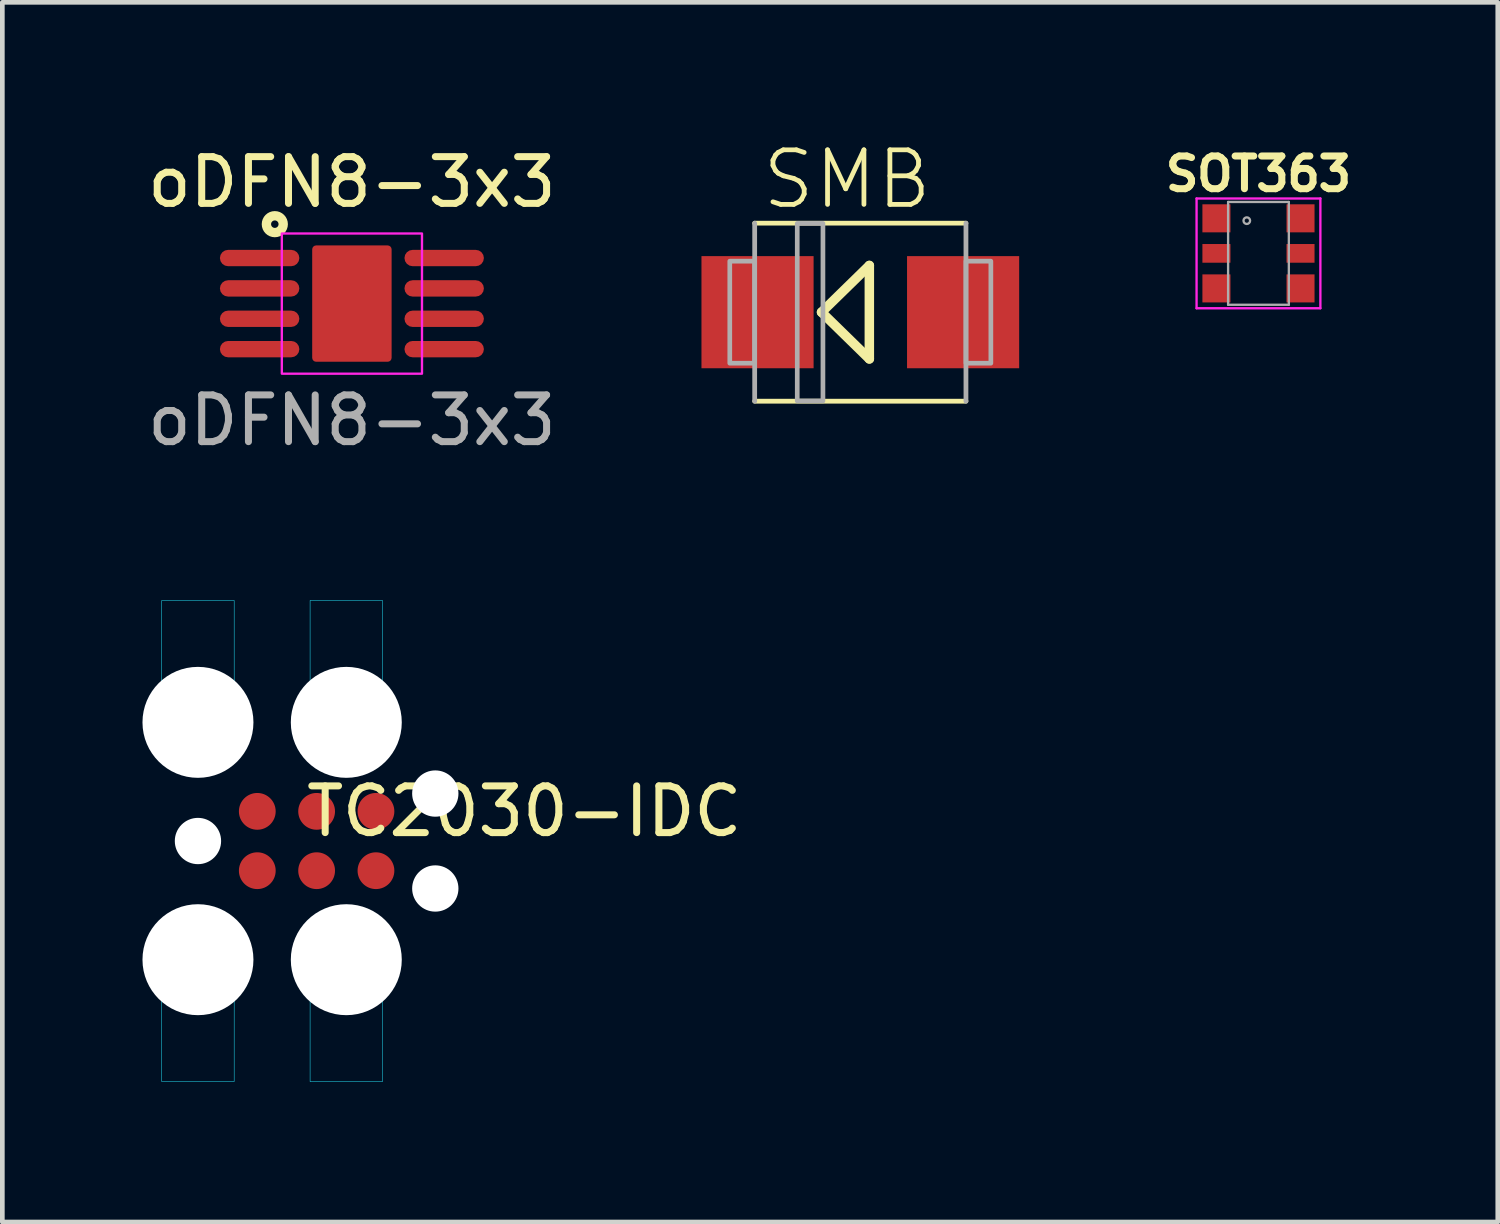
<source format=kicad_pcb>
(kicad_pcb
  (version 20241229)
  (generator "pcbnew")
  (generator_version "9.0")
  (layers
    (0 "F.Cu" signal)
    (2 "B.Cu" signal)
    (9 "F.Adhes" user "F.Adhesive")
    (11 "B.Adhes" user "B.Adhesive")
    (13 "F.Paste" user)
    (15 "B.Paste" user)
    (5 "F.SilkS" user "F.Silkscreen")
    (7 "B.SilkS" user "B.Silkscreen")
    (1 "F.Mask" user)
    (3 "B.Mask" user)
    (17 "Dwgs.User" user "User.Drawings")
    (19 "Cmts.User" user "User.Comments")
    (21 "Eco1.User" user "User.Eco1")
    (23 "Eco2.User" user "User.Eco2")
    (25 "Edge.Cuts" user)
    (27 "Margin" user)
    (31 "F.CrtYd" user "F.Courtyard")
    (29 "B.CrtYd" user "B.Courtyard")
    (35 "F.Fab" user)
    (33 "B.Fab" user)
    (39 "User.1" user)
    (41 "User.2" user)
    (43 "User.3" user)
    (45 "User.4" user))
  (footprint "oDFN8-3x3"
    (layer "F.Cu")
    (at 4.482 3.448)
    (property "Reference" "oDFN8-3x3" (at 0 -2.6 0) (unlocked yes) (layer "F.SilkS") (effects (font (size 1 1) (thickness 0.15))))
    (attr smd)
    (fp_circle (center -1.65 -1.7) (end -1.57 -1.7) (stroke (width 0.2) (type solid)) (fill no) (layer "F.SilkS"))
    (fp_rect (start -1.5 -1.5) (end 1.5 1.5) (stroke (width 0.05) (type solid)) (fill no) (layer "F.CrtYd"))
    (fp_text user "${REFERENCE}" (at 0 2.5 0) (unlocked yes) (layer "F.Fab") (effects (font (size 1 1) (thickness 0.15))))
    (pad "1" smd roundrect (at -1.975 -0.975) (size 1.7 0.35) (layers "F.Cu" "F.Mask" "F.Paste") (roundrect_rratio 0.5))
    (pad "2" smd roundrect (at -1.975 -0.325) (size 1.7 0.35) (layers "F.Cu" "F.Mask" "F.Paste") (roundrect_rratio 0.5))
    (pad "3" smd roundrect (at -1.975 0.325) (size 1.7 0.35) (layers "F.Cu" "F.Mask" "F.Paste") (roundrect_rratio 0.5))
    (pad "4" smd roundrect (at -1.975 0.975) (size 1.7 0.35) (layers "F.Cu" "F.Mask" "F.Paste") (roundrect_rratio 0.5))
    (pad "5" smd roundrect (at 1.975 0.975) (size 1.7 0.35) (layers "F.Cu" "F.Mask" "F.Paste") (roundrect_rratio 0.5))
    (pad "6" smd roundrect (at 1.975 0.325) (size 1.7 0.35) (layers "F.Cu" "F.Mask" "F.Paste") (roundrect_rratio 0.5))
    (pad "7" smd roundrect (at 1.975 -0.325) (size 1.7 0.35) (layers "F.Cu" "F.Mask" "F.Paste") (roundrect_rratio 0.5))
    (pad "8" smd roundrect (at 1.975 -0.975) (size 1.7 0.35) (layers "F.Cu" "F.Mask" "F.Paste") (roundrect_rratio 0.5))
    (pad "9" smd roundrect (at 0 0) (size 1.7 2.49) (layers "F.Cu" "F.Mask" "F.Paste") (roundrect_rratio 0.05)))
  (footprint "SOT363"
    (layer "F.Cu")
    (at 23.886 2.373)
    (property "Reference" "SOT363" (at 0 -1.7 180) (layer "F.SilkS") (effects (font (size 0.7 0.7) (thickness 0.15))))
    (attr smd)
    (fp_line (start -1.325 -1.175) (end -1.325 1.175) (stroke (width 0.05) (type solid)) (layer "F.CrtYd"))
    (fp_line (start -1.325 -1.175) (end 1.325 -1.175) (stroke (width 0.05) (type solid)) (layer "F.CrtYd"))
    (fp_line (start -1.325 1.175) (end 1.325 1.175) (stroke (width 0.05) (type solid)) (layer "F.CrtYd"))
    (fp_line (start 1.325 -1.175) (end 1.325 1.175) (stroke (width 0.05) (type solid)) (layer "F.CrtYd"))
    (fp_line (start -0.65 -1.1) (end 0.65 -1.1) (stroke (width 0.05) (type solid)) (layer "F.Fab"))
    (fp_line (start -0.65 1.1) (end -0.65 -1.1) (stroke (width 0.05) (type solid)) (layer "F.Fab"))
    (fp_line (start 0.65 -1.1) (end 0.65 1.1) (stroke (width 0.05) (type solid)) (layer "F.Fab"))
    (fp_line (start 0.65 1.1) (end -0.65 1.1) (stroke (width 0.05) (type solid)) (layer "F.Fab"))
    (fp_circle (center -0.25 -0.7) (end -0.2 -0.65) (stroke (width 0.05) (type solid)) (fill no) (layer "F.Fab"))
    (pad "1" smd rect (at -0.9 -0.75) (size 0.6 0.6) (layers "F.Cu" "F.Mask" "F.Paste"))
    (pad "2" smd rect (at -0.9 0) (size 0.6 0.4) (layers "F.Cu" "F.Mask" "F.Paste"))
    (pad "3" smd rect (at -0.9 0.75) (size 0.6 0.6) (layers "F.Cu" "F.Mask" "F.Paste"))
    (pad "4" smd rect (at 0.9 0.75) (size 0.6 0.6) (layers "F.Cu" "F.Mask" "F.Paste"))
    (pad "5" smd rect (at 0.9 0) (size 0.6 0.4) (layers "F.Cu" "F.Mask" "F.Paste"))
    (pad "6" smd rect (at 0.9 -0.75) (size 0.6 0.6) (layers "F.Cu" "F.Mask" "F.Paste")))
  (footprint "SMB"
    (layer "F.Cu")
    (at 15.364 3.632)
    (property "Reference" "SMB" (at -2.159 -2.159 0) (layer "F.SilkS") (effects (font (size 1.168 1.168) (thickness 0.102)) (justify left bottom)))
    (fp_line (start -2.261 -1.905) (end 2.261 -1.905) (stroke (width 0.102) (type solid)) (layer "F.SilkS"))
    (fp_line (start -2.261 1.905) (end 2.261 1.905) (stroke (width 0.102) (type solid)) (layer "F.SilkS"))
    (fp_line (start -0.83 0) (end 0.193 1) (stroke (width 0.203) (type solid)) (layer "F.SilkS"))
    (fp_line (start 0.193 -1) (end -0.83 0) (stroke (width 0.203) (type solid)) (layer "F.SilkS"))
    (fp_line (start 0.193 1) (end 0.193 -1) (stroke (width 0.203) (type solid)) (layer "F.SilkS"))
    (fp_line (start -2.261 1.905) (end -2.261 -1.905) (stroke (width 0.102) (type solid)) (layer "F.Fab"))
    (fp_line (start 2.261 1.905) (end 2.261 -1.905) (stroke (width 0.102) (type solid)) (layer "F.Fab"))
    (fp_poly (pts (xy -2.794 1.092) (xy -2.261 1.092) (xy -2.261 -1.092) (xy -2.794 -1.092)) (stroke (width 0.1) (type solid)) (fill no) (layer "F.Fab"))
    (fp_poly (pts (xy -1.35 1.9) (xy -0.8 1.9) (xy -0.8 -1.9) (xy -1.35 -1.9)) (stroke (width 0.1) (type solid)) (fill no) (layer "F.Fab"))
    (fp_poly (pts (xy 2.261 1.092) (xy 2.794 1.092) (xy 2.794 -1.092) (xy 2.261 -1.092)) (stroke (width 0.1) (type solid)) (fill no) (layer "F.Fab"))
    (pad "A" smd rect (at 2.2 0) (size 2.4 2.4) (layers "F.Cu" "F.Mask" "F.Paste"))
    (pad "C" smd rect (at -2.2 0) (size 2.4 2.4) (layers "F.Cu" "F.Mask" "F.Paste")))
  (footprint "TC2030-IDC"
    (layer "F.Cu")
    (at 3.727 14.951)
    (property "Reference" "TC2030-IDC" (at 4.445 -0.635 180) (layer "F.SilkS") (effects (font (size 1 1) (thickness 0.15))))
    (attr through_hole)
    (fp_poly (pts (xy -3.315 -5.15) (xy -1.765 -5.15) (xy -1.765 -2.54) (xy -3.315 -2.54)) (stroke (width 0.01) (type solid)) (fill no) (layer "B.CrtYd"))
    (fp_poly (pts (xy -3.315 2.54) (xy -1.765 2.54) (xy -1.765 5.15) (xy -3.315 5.15)) (stroke (width 0.01) (type solid)) (fill no) (layer "B.CrtYd"))
    (fp_poly (pts (xy -0.14 -5.15) (xy 1.41 -5.15) (xy 1.41 -2.54) (xy -0.14 -2.54)) (stroke (width 0.01) (type solid)) (fill no) (layer "B.CrtYd"))
    (fp_poly (pts (xy -0.14 2.54) (xy 1.41 2.54) (xy 1.41 5.15) (xy -0.14 5.15)) (stroke (width 0.01) (type solid)) (fill no) (layer "B.CrtYd"))
    (pad "" np_thru_hole circle (at -2.54 -2.54) (size 2.375 2.375) (drill 2.375) (layers "*.Cu" "*.Mask"))
    (pad "" np_thru_hole circle (at -2.54 0) (size 0.991 0.991) (drill 0.991) (layers "*.Cu" "*.Mask"))
    (pad "" np_thru_hole circle (at -2.54 2.54) (size 2.375 2.375) (drill 2.375) (layers "*.Cu" "*.Mask"))
    (pad "" np_thru_hole circle (at 0.635 -2.54) (size 2.375 2.375) (drill 2.375) (layers "*.Cu" "*.Mask"))
    (pad "" np_thru_hole circle (at 0.635 2.54) (size 2.375 2.375) (drill 2.375) (layers "*.Cu" "*.Mask"))
    (pad "" np_thru_hole circle (at 2.54 -1.016) (size 0.991 0.991) (drill 0.991) (layers "*.Cu" "*.Mask"))
    (pad "" np_thru_hole circle (at 2.54 1.016) (size 0.991 0.991) (drill 0.991) (layers "*.Cu" "*.Mask"))
    (pad "1" smd circle (at -1.27 0.635) (size 0.787 0.787) (layers "F.Cu" "F.Mask"))
    (pad "2" smd circle (at -1.27 -0.635) (size 0.787 0.787) (layers "F.Cu" "F.Mask"))
    (pad "3" smd circle (at 0 0.635) (size 0.787 0.787) (layers "F.Cu" "F.Mask"))
    (pad "4" smd circle (at 0 -0.635) (size 0.787 0.787) (layers "F.Cu" "F.Mask"))
    (pad "5" smd circle (at 1.27 0.635) (size 0.787 0.787) (layers "F.Cu" "F.Mask"))
    (pad "6" smd circle (at 1.27 -0.635) (size 0.787 0.787) (layers "F.Cu" "F.Mask")))
  (gr_rect
    (start -3 -3)
    (end 29.008 23.106)
    (stroke (width 0.1) (type default))
    (fill no)
    (layer "Edge.Cuts")))
</source>
